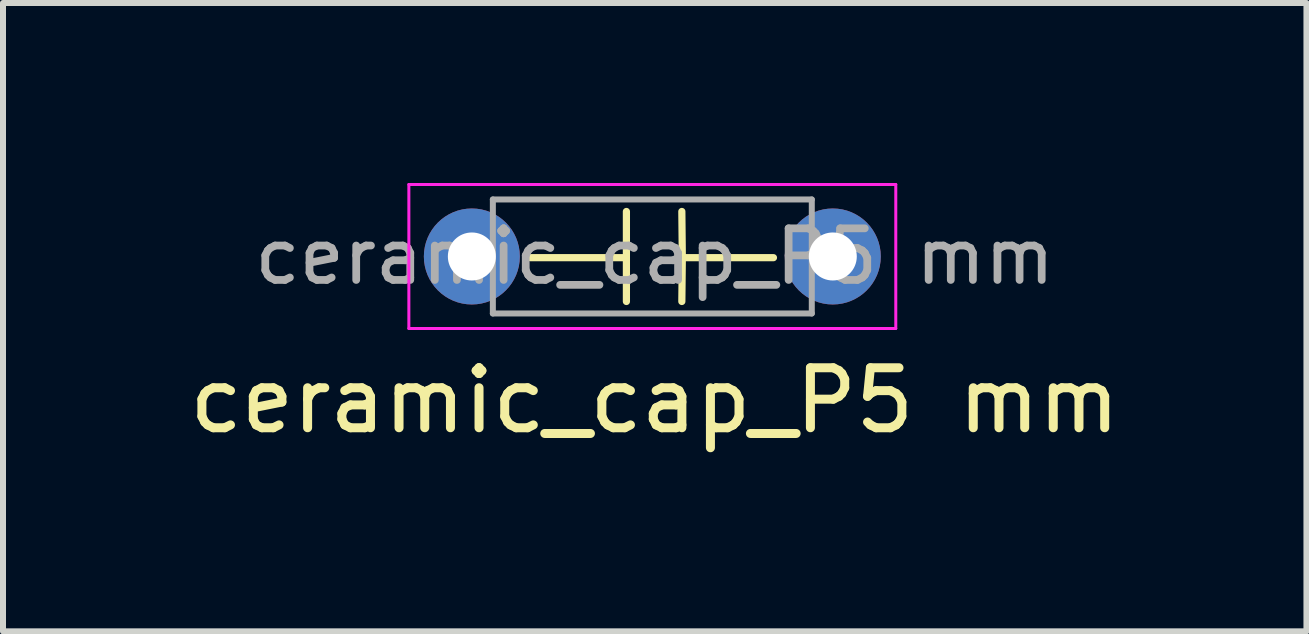
<source format=kicad_pcb>
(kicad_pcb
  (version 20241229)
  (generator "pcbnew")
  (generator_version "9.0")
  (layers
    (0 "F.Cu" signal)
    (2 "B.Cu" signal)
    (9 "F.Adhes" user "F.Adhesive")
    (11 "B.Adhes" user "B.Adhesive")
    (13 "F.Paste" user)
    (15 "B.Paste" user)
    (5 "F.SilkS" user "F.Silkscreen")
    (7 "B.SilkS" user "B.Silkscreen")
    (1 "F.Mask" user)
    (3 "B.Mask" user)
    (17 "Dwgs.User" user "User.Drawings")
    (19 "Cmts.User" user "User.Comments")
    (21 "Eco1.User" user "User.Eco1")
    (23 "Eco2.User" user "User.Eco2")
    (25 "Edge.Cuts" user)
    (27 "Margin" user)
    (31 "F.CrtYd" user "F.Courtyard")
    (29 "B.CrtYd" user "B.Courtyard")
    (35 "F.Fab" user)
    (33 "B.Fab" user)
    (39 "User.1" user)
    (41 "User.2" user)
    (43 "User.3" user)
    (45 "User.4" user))
  (footprint "ceramic_cap_P5 mm"
    (layer "F.Cu")
    (at 4.815 1.225)
    (property "Reference" "ceramic_cap_P5 mm" (at 3.048 2.4 0) (layer "F.SilkS") (effects (font (size 1 1) (thickness 0.15))))
    (attr through_hole)
    (fp_line (start 2.576 0.02) (end 0.975 0.02) (stroke (width 0.12) (type solid)) (layer "F.SilkS"))
    (fp_line (start 2.576 0.02) (end 2.576 -0.75) (stroke (width 0.12) (type solid)) (layer "F.SilkS"))
    (fp_line (start 2.576 0.02) (end 2.576 0.75) (stroke (width 0.12) (type solid)) (layer "F.SilkS"))
    (fp_line (start 3.5 -0.75) (end 3.508 0.02) (stroke (width 0.12) (type solid)) (layer "F.SilkS"))
    (fp_line (start 3.508 0.02) (end 3.5 0.75) (stroke (width 0.12) (type solid)) (layer "F.SilkS"))
    (fp_line (start 3.508 0.02) (end 5.027 0.02) (stroke (width 0.12) (type solid)) (layer "F.SilkS"))
    (fp_line (start -1.05 -1.2) (end -1.05 1.2) (stroke (width 0.05) (type solid)) (layer "F.CrtYd"))
    (fp_line (start -1.05 1.2) (end 7.066 1.2) (stroke (width 0.05) (type solid)) (layer "F.CrtYd"))
    (fp_line (start 7.066 -1.2) (end -1.05 -1.2) (stroke (width 0.05) (type solid)) (layer "F.CrtYd"))
    (fp_line (start 7.066 1.2) (end 7.066 -1.2) (stroke (width 0.05) (type solid)) (layer "F.CrtYd"))
    (fp_line (start 0.35 -0.95) (end 0.35 0.95) (stroke (width 0.1) (type solid)) (layer "F.Fab"))
    (fp_line (start 0.35 0.95) (end 5.666 0.95) (stroke (width 0.1) (type solid)) (layer "F.Fab"))
    (fp_line (start 5.666 -0.95) (end 0.35 -0.95) (stroke (width 0.1) (type solid)) (layer "F.Fab"))
    (fp_line (start 5.666 0.95) (end 5.666 -0.95) (stroke (width 0.1) (type solid)) (layer "F.Fab"))
    (fp_text user "${REFERENCE}" (at 3.048 0 0) (layer "F.Fab") (effects (font (size 0.86 0.86) (thickness 0.129))))
    (pad "1" thru_hole circle (at 0 0) (size 1.6 1.6) (drill 0.8) (layers "*.Cu" "*.Mask"))
    (pad "2" thru_hole circle (at 6.016 0) (size 1.6 1.6) (drill 0.8) (layers "*.Cu" "*.Mask")))
  (gr_rect
    (start -3 -3)
    (end 18.726 7.473)
    (stroke (width 0.1) (type default))
    (fill no)
    (layer "Edge.Cuts")))
</source>
